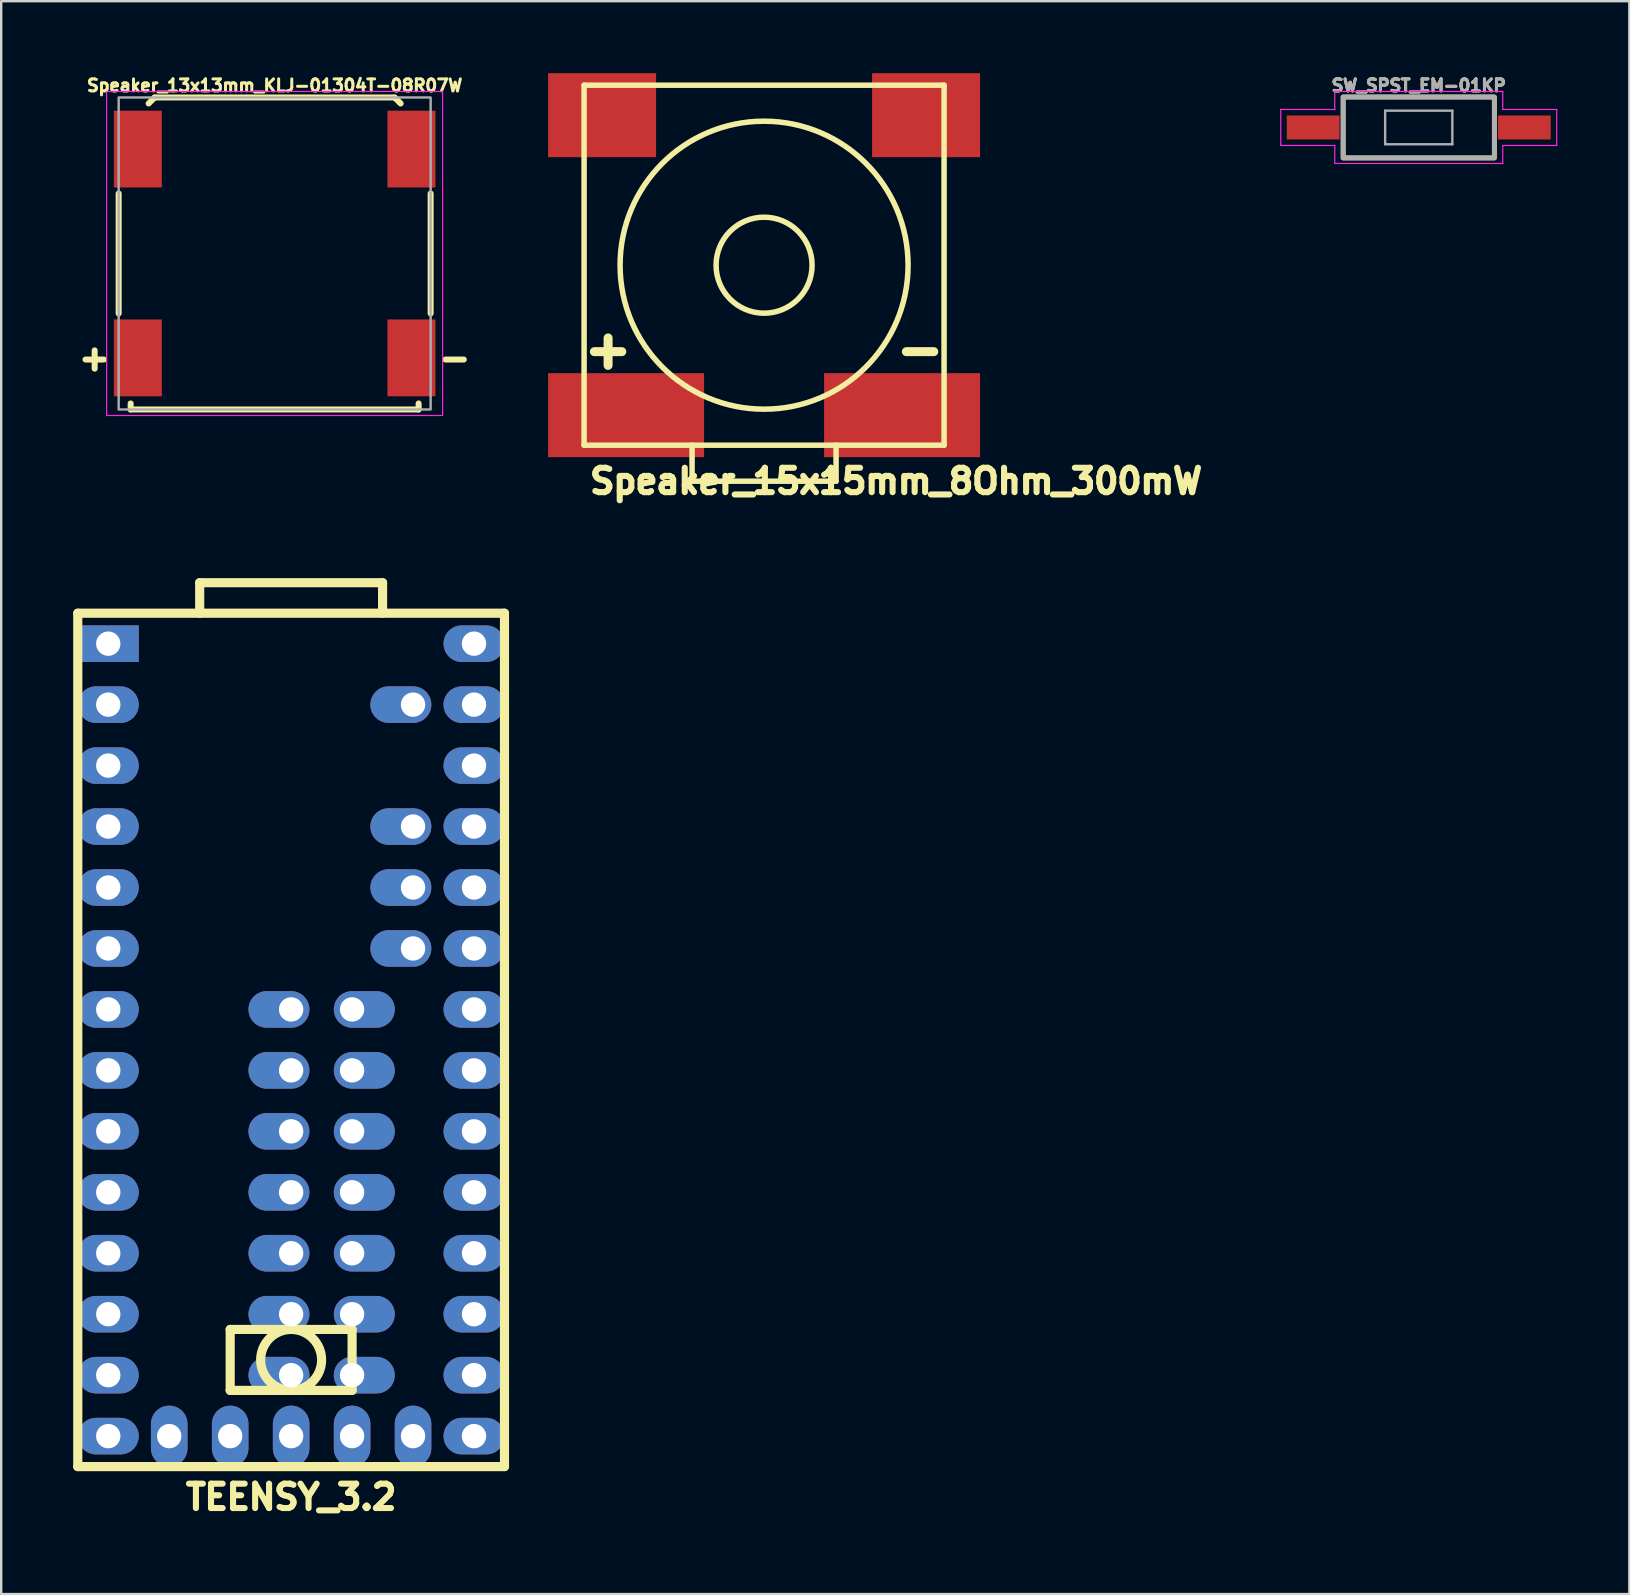
<source format=kicad_pcb>
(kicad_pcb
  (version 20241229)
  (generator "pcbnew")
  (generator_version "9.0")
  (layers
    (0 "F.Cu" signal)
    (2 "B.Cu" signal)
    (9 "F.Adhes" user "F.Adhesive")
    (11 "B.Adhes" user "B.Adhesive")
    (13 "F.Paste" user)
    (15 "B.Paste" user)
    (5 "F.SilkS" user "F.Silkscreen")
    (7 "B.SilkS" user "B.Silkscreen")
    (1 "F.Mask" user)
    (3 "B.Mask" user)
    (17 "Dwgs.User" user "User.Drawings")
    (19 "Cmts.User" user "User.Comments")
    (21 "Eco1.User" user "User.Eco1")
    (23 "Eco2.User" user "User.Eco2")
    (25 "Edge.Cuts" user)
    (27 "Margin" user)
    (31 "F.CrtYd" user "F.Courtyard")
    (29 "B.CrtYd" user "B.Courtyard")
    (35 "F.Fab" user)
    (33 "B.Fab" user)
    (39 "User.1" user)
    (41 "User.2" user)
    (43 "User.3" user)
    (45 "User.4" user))
  (footprint "TEENSY_3.2"
    (layer "F.Cu")
    (at 9.081 40.281)
    (property "Reference" "TEENSY_3.2" (at 0 19.05 0) (layer "F.SilkS") (effects (font (size 1.016 1.016) (thickness 0.254))))
    (attr through_hole)
    (fp_line (start -8.89 -17.78) (end -8.89 17.78) (stroke (width 0.381) (type solid)) (layer "F.SilkS"))
    (fp_line (start -8.89 17.78) (end 8.89 17.78) (stroke (width 0.381) (type solid)) (layer "F.SilkS"))
    (fp_line (start -3.81 -19.05) (end 3.81 -19.05) (stroke (width 0.381) (type solid)) (layer "F.SilkS"))
    (fp_line (start -3.81 -17.78) (end -3.81 -19.05) (stroke (width 0.381) (type solid)) (layer "F.SilkS"))
    (fp_line (start -2.54 12.065) (end -2.54 14.605) (stroke (width 0.381) (type solid)) (layer "F.SilkS"))
    (fp_line (start -2.54 14.605) (end 2.54 14.605) (stroke (width 0.381) (type solid)) (layer "F.SilkS"))
    (fp_line (start 2.54 12.065) (end -2.54 12.065) (stroke (width 0.381) (type solid)) (layer "F.SilkS"))
    (fp_line (start 2.54 14.605) (end 2.54 12.065) (stroke (width 0.381) (type solid)) (layer "F.SilkS"))
    (fp_line (start 3.81 -19.05) (end 3.81 -17.78) (stroke (width 0.381) (type solid)) (layer "F.SilkS"))
    (fp_line (start 8.89 -17.78) (end -8.89 -17.78) (stroke (width 0.381) (type solid)) (layer "F.SilkS"))
    (fp_line (start 8.89 17.78) (end 8.89 -17.78) (stroke (width 0.381) (type solid)) (layer "F.SilkS"))
    (fp_circle (center 0 13.335) (end 0 12.065) (stroke (width 0.381) (type solid)) (fill no) (layer "F.SilkS"))
    (pad "" thru_hole oval (at -5.08 16.51) (size 1.524 2.54) (drill 1.016) (layers "*.Cu" "*.Mask"))
    (pad "" thru_hole oval (at -2.54 16.51) (size 1.524 2.54) (drill 1.016) (layers "*.Cu" "*.Mask"))
    (pad "" thru_hole oval (at 0 1.27) (size 2.54 1.524) (drill 1.016 (offset -0.508 0)) (layers "*.Cu" "*.Mask"))
    (pad "" thru_hole oval (at 0 16.51) (size 1.524 2.54) (drill 1.016) (layers "*.Cu" "*.Mask"))
    (pad "" thru_hole oval (at 2.54 1.27) (size 2.54 1.524) (drill 1.016 (offset 0.508 0)) (layers "*.Cu" "*.Mask"))
    (pad "0" thru_hole oval (at -7.62 -13.97) (size 2.54 1.524) (drill 1.016) (layers "*.Cu" "*.Mask"))
    (pad "1" thru_hole oval (at -7.62 -11.43) (size 2.54 1.524) (drill 1.016) (layers "*.Cu" "*.Mask"))
    (pad "2" thru_hole oval (at -7.62 -8.89) (size 2.54 1.524) (drill 1.016) (layers "*.Cu" "*.Mask"))
    (pad "3" thru_hole oval (at -7.62 -6.35) (size 2.54 1.524) (drill 1.016) (layers "*.Cu" "*.Mask"))
    (pad "3V3" thru_hole oval (at 7.62 -11.43) (size 2.54 1.524) (drill 1.016) (layers "*.Cu" "*.Mask"))
    (pad "4" thru_hole oval (at -7.62 -3.81) (size 2.54 1.524) (drill 1.016) (layers "*.Cu" "*.Mask"))
    (pad "5" thru_hole oval (at -7.62 -1.27) (size 2.54 1.524) (drill 1.016) (layers "*.Cu" "*.Mask"))
    (pad "6" thru_hole oval (at -7.62 1.27) (size 2.54 1.524) (drill 1.016) (layers "*.Cu" "*.Mask"))
    (pad "7" thru_hole oval (at -7.62 3.81) (size 2.54 1.524) (drill 1.016) (layers "*.Cu" "*.Mask"))
    (pad "8" thru_hole oval (at -7.62 6.35) (size 2.54 1.524) (drill 1.016) (layers "*.Cu" "*.Mask"))
    (pad "9" thru_hole oval (at -7.62 8.89) (size 2.54 1.524) (drill 1.016) (layers "*.Cu" "*.Mask"))
    (pad "10" thru_hole oval (at -7.62 11.43) (size 2.54 1.524) (drill 1.016) (layers "*.Cu" "*.Mask"))
    (pad "11" thru_hole oval (at -7.62 13.97) (size 2.54 1.524) (drill 1.016) (layers "*.Cu" "*.Mask"))
    (pad "12" thru_hole oval (at -7.62 16.51) (size 2.54 1.524) (drill 1.016) (layers "*.Cu" "*.Mask"))
    (pad "13" thru_hole oval (at 7.62 16.51) (size 2.54 1.524) (drill 1.016) (layers "*.Cu" "*.Mask"))
    (pad "14" thru_hole oval (at 7.62 13.97) (size 2.54 1.524) (drill 1.016) (layers "*.Cu" "*.Mask"))
    (pad "15" thru_hole oval (at 7.62 11.43) (size 2.54 1.524) (drill 1.016) (layers "*.Cu" "*.Mask"))
    (pad "16" thru_hole oval (at 7.62 8.89) (size 2.54 1.524) (drill 1.016) (layers "*.Cu" "*.Mask"))
    (pad "17" thru_hole oval (at 7.62 6.35) (size 2.54 1.524) (drill 1.016) (layers "*.Cu" "*.Mask"))
    (pad "18" thru_hole oval (at 7.62 3.81) (size 2.54 1.524) (drill 1.016) (layers "*.Cu" "*.Mask"))
    (pad "19" thru_hole oval (at 7.62 1.27) (size 2.54 1.524) (drill 1.016) (layers "*.Cu" "*.Mask"))
    (pad "20" thru_hole oval (at 7.62 -1.27) (size 2.54 1.524) (drill 1.016) (layers "*.Cu" "*.Mask"))
    (pad "21" thru_hole oval (at 7.62 -3.81) (size 2.54 1.524) (drill 1.016) (layers "*.Cu" "*.Mask"))
    (pad "22" thru_hole oval (at 7.62 -6.35) (size 2.54 1.524) (drill 1.016) (layers "*.Cu" "*.Mask"))
    (pad "23" thru_hole oval (at 7.62 -8.89) (size 2.54 1.524) (drill 1.016) (layers "*.Cu" "*.Mask"))
    (pad "24" thru_hole oval (at 0 3.81) (size 2.54 1.524) (drill 1.016 (offset -0.508 0)) (layers "*.Cu" "*.Mask"))
    (pad "25" thru_hole oval (at 0 6.35) (size 2.54 1.524) (drill 1.016 (offset -0.508 0)) (layers "*.Cu" "*.Mask"))
    (pad "26" thru_hole oval (at 0 8.89) (size 2.54 1.524) (drill 1.016 (offset -0.508 0)) (layers "*.Cu" "*.Mask"))
    (pad "27" thru_hole oval (at 0 11.43) (size 2.54 1.524) (drill 1.016 (offset -0.508 0)) (layers "*.Cu" "*.Mask"))
    (pad "28" thru_hole oval (at 0 13.97) (size 2.54 1.524) (drill 1.016 (offset -0.508 0)) (layers "*.Cu" "*.Mask"))
    (pad "29" thru_hole oval (at 2.54 13.97) (size 2.54 1.524) (drill 1.016 (offset 0.508 0)) (layers "*.Cu" "*.Mask"))
    (pad "30" thru_hole oval (at 2.54 11.43) (size 2.54 1.524) (drill 1.016 (offset 0.508 0)) (layers "*.Cu" "*.Mask"))
    (pad "31" thru_hole oval (at 2.54 8.89) (size 2.54 1.524) (drill 1.016 (offset 0.508 0)) (layers "*.Cu" "*.Mask"))
    (pad "32" thru_hole oval (at 2.54 6.35) (size 2.54 1.524) (drill 1.016 (offset 0.508 0)) (layers "*.Cu" "*.Mask"))
    (pad "33" thru_hole oval (at 2.54 3.81) (size 2.54 1.524) (drill 1.016 (offset 0.508 0)) (layers "*.Cu" "*.Mask"))
    (pad "A10" thru_hole oval (at 5.08 -6.35) (size 2.54 1.524) (drill 1.016 (offset -0.508 0)) (layers "*.Cu" "*.Mask"))
    (pad "A11" thru_hole oval (at 5.08 -3.81) (size 2.54 1.524) (drill 1.016 (offset -0.508 0)) (layers "*.Cu" "*.Mask"))
    (pad "A12" thru_hole oval (at 0 -1.27) (size 2.54 1.524) (drill 1.016 (offset -0.508 0)) (layers "*.Cu" "*.Mask"))
    (pad "A13" thru_hole oval (at 2.54 -1.27) (size 2.54 1.524) (drill 1.016 (offset 0.508 0)) (layers "*.Cu" "*.Mask"))
    (pad "AGND" thru_hole oval (at 7.62 -13.97) (size 2.54 1.524) (drill 1.016) (layers "*.Cu" "*.Mask"))
    (pad "AREF" thru_hole oval (at 5.08 -8.89) (size 2.54 1.524) (drill 1.016 (offset -0.508 0)) (layers "*.Cu" "*.Mask"))
    (pad "DAC" thru_hole oval (at 5.08 16.51) (size 1.524 2.54) (drill 1.016) (layers "*.Cu" "*.Mask"))
    (pad "GND" thru_hole rect (at -7.62 -16.51) (size 2.54 1.524) (drill 1.016) (layers "*.Cu" "*.Mask"))
    (pad "PROG" thru_hole oval (at 2.54 16.51) (size 1.524 2.54) (drill 1.016) (layers "*.Cu" "*.Mask"))
    (pad "V_IN" thru_hole oval (at 7.62 -16.51) (size 2.54 1.524) (drill 1.016) (layers "*.Cu" "*.Mask"))
    (pad "V_U" thru_hole oval (at 5.08 -13.97) (size 2.54 1.524) (drill 1.016 (offset -0.508 0)) (layers "*.Cu" "*.Mask")))
  (footprint "Speaker_13x13mm_KLJ-01304T-08R07W"
    (layer "F.Cu")
    (at 8.394 7.512)
    (property "Reference" "Speaker_13x13mm_KLJ-01304T-08R07W" (at 0 -7 0) (layer "F.SilkS") (effects (font (size 0.5 0.5) (thickness 0.125) (bold yes))))
    (attr smd)
    (fp_line (start -6.5 -2.5) (end -6.5 2.5) (stroke (width 0.25) (type default)) (layer "F.SilkS"))
    (fp_line (start -6 6.5) (end -6 6.25) (stroke (width 0.25) (type default)) (layer "F.SilkS"))
    (fp_line (start -6 6.5) (end 6 6.5) (stroke (width 0.25) (type default)) (layer "F.SilkS"))
    (fp_line (start -5.25 -6.25) (end -5 -6.5) (stroke (width 0.25) (type default)) (layer "F.SilkS"))
    (fp_line (start -5 -6.5) (end 5 -6.5) (stroke (width 0.25) (type default)) (layer "F.SilkS"))
    (fp_line (start 5 -6.5) (end 5.25 -6.25) (stroke (width 0.25) (type default)) (layer "F.SilkS"))
    (fp_line (start 6 6.5) (end 6 6.25) (stroke (width 0.25) (type default)) (layer "F.SilkS"))
    (fp_line (start 6.5 -2.5) (end 6.5 2.5) (stroke (width 0.25) (type default)) (layer "F.SilkS"))
    (fp_rect (start -7 -6.75) (end 7 6.75) (stroke (width 0.05) (type default)) (fill no) (layer "F.CrtYd"))
    (fp_rect (start -6.5 -6.5) (end 6.5 6.5) (stroke (width 0.1) (type default)) (fill no) (layer "F.Fab"))
    (fp_text user "+" (at -7.5 4.35 0) (unlocked yes) (layer "F.SilkS") (effects (font (size 1 1) (thickness 0.25) (bold yes))))
    (fp_text user "-" (at 7.5 4.35 0) (unlocked yes) (layer "F.SilkS") (effects (font (size 1 1) (thickness 0.25) (bold yes))))
    (pad "1" smd rect (at -5.7 4.35) (size 2 3.2) (layers "F.Cu" "F.Mask" "F.Paste"))
    (pad "2" smd rect (at 5.7 4.35) (size 2 3.2) (layers "F.Cu" "F.Mask" "F.Paste"))
    (pad "3" smd rect (at 5.7 -4.35) (size 2 3.2) (layers "F.Cu" "F.Mask" "F.Paste"))
    (pad "4" smd rect (at -5.7 -4.35) (size 2 3.2) (layers "F.Cu" "F.Mask" "F.Paste")))
  (footprint "Speaker_15x15mm_8Ohm_300mW"
    (layer "F.Cu")
    (at 28.788 8)
    (property "Reference" "Speaker_15x15mm_8Ohm_300mW" (at 5.5 9 0) (layer "F.SilkS") (effects (font (size 1.016 1.016) (thickness 0.254))))
    (attr through_hole)
    (fp_line (start -7.5 -7.5) (end 7.5 -7.5) (stroke (width 0.229) (type solid)) (layer "F.SilkS"))
    (fp_line (start -7.5 7.5) (end -7.5 -7.5) (stroke (width 0.229) (type solid)) (layer "F.SilkS"))
    (fp_line (start -3 7.5) (end -3 9) (stroke (width 0.229) (type solid)) (layer "F.SilkS"))
    (fp_line (start -3 9) (end 3 9) (stroke (width 0.229) (type solid)) (layer "F.SilkS"))
    (fp_line (start 3 9) (end 3 7.5) (stroke (width 0.229) (type solid)) (layer "F.SilkS"))
    (fp_line (start 7.5 -7.5) (end 7.5 7.5) (stroke (width 0.229) (type solid)) (layer "F.SilkS"))
    (fp_line (start 7.5 7.5) (end -7.5 7.5) (stroke (width 0.229) (type solid)) (layer "F.SilkS"))
    (fp_circle (center 0 0) (end 2 0) (stroke (width 0.229) (type solid)) (fill no) (layer "F.SilkS"))
    (fp_circle (center 0 0) (end 6 0) (stroke (width 0.229) (type solid)) (fill no) (layer "F.SilkS"))
    (fp_text user "-" (at 6.5 3.5 0) (layer "F.SilkS") (effects (font (size 1.5 1.5) (thickness 0.375))))
    (fp_text user "+" (at -6.5 3.5 0) (layer "F.SilkS") (effects (font (size 1.5 1.5) (thickness 0.375))))
    (pad "" smd rect (at -6.75 -6.25) (size 4.5 3.5) (layers "F.Cu" "F.Mask" "F.Paste"))
    (pad "" smd rect (at 6.75 -6.25) (size 4.5 3.5) (layers "F.Cu" "F.Mask" "F.Paste"))
    (pad "1" smd rect (at -5.75 6.25) (size 6.5 3.5) (layers "F.Cu" "F.Mask" "F.Paste"))
    (pad "2" smd rect (at 5.75 6.25) (size 6.5 3.5) (layers "F.Cu" "F.Mask" "F.Paste")))
  (footprint "SW_SPST_EM-01KP"
    (layer "F.Cu")
    (at 56.067 2.262)
    (property "Reference" "SW_SPST_EM-01KP" (at 0 -1.75 0) (layer "F.SilkS") (effects (font (size 0.5 0.5) (thickness 0.125))))
    (attr smd)
    (fp_rect (start -3.15 -1.27) (end 3.15 1.27) (stroke (width 0.2) (type default)) (fill no) (layer "F.SilkS"))
    (fp_line (start -5.75 -0.75) (end -5.75 0.75) (stroke (width 0.05) (type default)) (layer "F.CrtYd"))
    (fp_line (start -5.75 0.75) (end -3.5 0.75) (stroke (width 0.05) (type default)) (layer "F.CrtYd"))
    (fp_line (start -3.5 -1.5) (end -3.5 -0.75) (stroke (width 0.05) (type default)) (layer "F.CrtYd"))
    (fp_line (start -3.5 -0.75) (end -5.75 -0.75) (stroke (width 0.05) (type default)) (layer "F.CrtYd"))
    (fp_line (start -3.5 0.75) (end -3.5 1.5) (stroke (width 0.05) (type default)) (layer "F.CrtYd"))
    (fp_line (start -3.5 1.5) (end 3.5 1.5) (stroke (width 0.05) (type default)) (layer "F.CrtYd"))
    (fp_line (start 3.5 -1.5) (end -3.5 -1.5) (stroke (width 0.05) (type default)) (layer "F.CrtYd"))
    (fp_line (start 3.5 -0.75) (end 3.5 -1.5) (stroke (width 0.05) (type default)) (layer "F.CrtYd"))
    (fp_line (start 3.5 0.75) (end 5.75 0.75) (stroke (width 0.05) (type default)) (layer "F.CrtYd"))
    (fp_line (start 3.5 1.5) (end 3.5 0.75) (stroke (width 0.05) (type default)) (layer "F.CrtYd"))
    (fp_line (start 5.75 -0.75) (end 3.5 -0.75) (stroke (width 0.05) (type default)) (layer "F.CrtYd"))
    (fp_line (start 5.75 0.75) (end 5.75 -0.75) (stroke (width 0.05) (type default)) (layer "F.CrtYd"))
    (fp_line (start -1.4 -0.7) (end 1.4 -0.7) (stroke (width 0.1) (type solid)) (layer "F.Fab"))
    (fp_line (start -1.4 0.7) (end -1.4 -0.7) (stroke (width 0.1) (type solid)) (layer "F.Fab"))
    (fp_line (start 1.4 -0.7) (end 1.4 0.7) (stroke (width 0.1) (type solid)) (layer "F.Fab"))
    (fp_line (start 1.4 0.7) (end -1.4 0.7) (stroke (width 0.1) (type solid)) (layer "F.Fab"))
    (fp_rect (start -3.15 -1.27) (end 3.15 1.27) (stroke (width 0.2) (type default)) (fill no) (layer "F.Fab"))
    (fp_text user "${REFERENCE}" (at 0 -1.75 0) (layer "F.Fab") (effects (font (size 0.5 0.5) (thickness 0.125))))
    (pad "1" smd rect (at -4.4 0) (size 2.2 1) (layers "F.Cu" "F.Mask" "F.Paste"))
    (pad "2" smd rect (at 4.4 0) (size 2.2 1) (layers "F.Cu" "F.Mask" "F.Paste")))
  (gr_rect
    (start -3 -3)
    (end 64.842 63.371)
    (stroke (width 0.1) (type default))
    (fill no)
    (layer "Edge.Cuts")))
</source>
